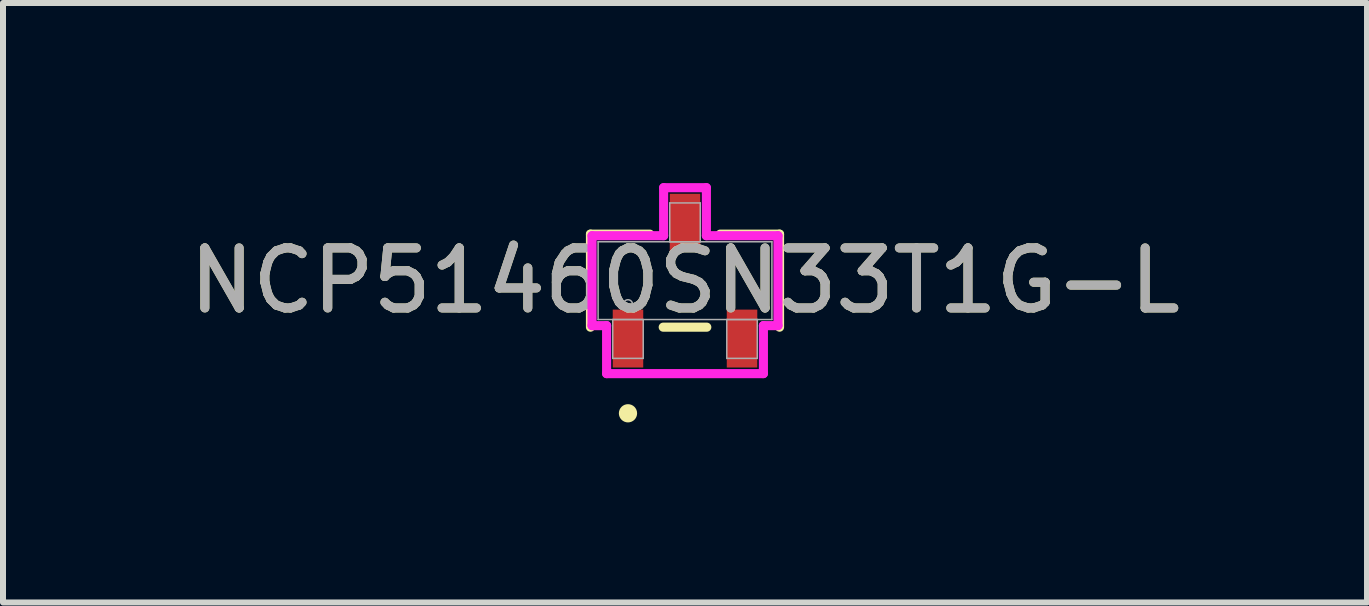
<source format=kicad_pcb>
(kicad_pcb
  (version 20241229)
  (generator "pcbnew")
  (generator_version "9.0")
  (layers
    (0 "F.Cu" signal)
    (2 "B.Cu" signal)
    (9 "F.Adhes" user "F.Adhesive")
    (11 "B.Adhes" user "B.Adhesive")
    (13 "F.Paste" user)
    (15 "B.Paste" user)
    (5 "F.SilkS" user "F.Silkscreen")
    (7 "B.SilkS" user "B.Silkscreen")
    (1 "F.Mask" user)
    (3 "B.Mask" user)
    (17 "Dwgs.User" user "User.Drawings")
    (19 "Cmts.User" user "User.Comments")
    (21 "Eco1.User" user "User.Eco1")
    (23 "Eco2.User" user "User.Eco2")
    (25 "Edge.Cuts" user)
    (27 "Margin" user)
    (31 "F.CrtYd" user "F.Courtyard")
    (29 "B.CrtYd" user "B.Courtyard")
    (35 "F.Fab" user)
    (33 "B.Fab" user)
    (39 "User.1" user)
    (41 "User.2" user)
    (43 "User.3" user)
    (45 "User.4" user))
  (footprint "NCP51460SN33T1G-L"
    (layer "F.Cu")
    (at 8.363 1.626)
    (property "Reference" "NCP51460SN33T1G-L" (at 0 0 0) (unlocked yes) (layer "F.SilkS") (effects (font (size 1 1) (thickness 0.15))))
    (attr smd)
    (fp_line (start -1.575 -0.775) (end -1.575 0.775) (stroke (width 0.152) (type solid)) (layer "F.SilkS"))
    (fp_line (start -0.587 -0.775) (end -1.575 -0.775) (stroke (width 0.152) (type solid)) (layer "F.SilkS"))
    (fp_line (start -0.363 0.775) (end 0.363 0.775) (stroke (width 0.152) (type solid)) (layer "F.SilkS"))
    (fp_line (start 1.575 -0.775) (end 0.587 -0.775) (stroke (width 0.152) (type solid)) (layer "F.SilkS"))
    (fp_line (start 1.575 0.775) (end 1.575 -0.775) (stroke (width 0.152) (type solid)) (layer "F.SilkS"))
    (fp_circle (center -0.95 2.21) (end -0.874 2.21) (stroke (width 0.152) (type solid)) (fill no) (layer "F.SilkS"))
    (fp_line (start -1.549 -0.749) (end -0.356 -0.749) (stroke (width 0.152) (type solid)) (layer "F.CrtYd"))
    (fp_line (start -1.549 0.749) (end -1.549 -0.749) (stroke (width 0.152) (type solid)) (layer "F.CrtYd"))
    (fp_line (start -1.549 0.749) (end -1.306 0.749) (stroke (width 0.152) (type solid)) (layer "F.CrtYd"))
    (fp_line (start -1.306 0.749) (end -1.306 1.549) (stroke (width 0.152) (type solid)) (layer "F.CrtYd"))
    (fp_line (start -1.306 1.549) (end 1.306 1.549) (stroke (width 0.152) (type solid)) (layer "F.CrtYd"))
    (fp_line (start -0.356 -1.549) (end 0.356 -1.549) (stroke (width 0.152) (type solid)) (layer "F.CrtYd"))
    (fp_line (start -0.356 -0.749) (end -0.356 -1.549) (stroke (width 0.152) (type solid)) (layer "F.CrtYd"))
    (fp_line (start 0.356 -0.749) (end 0.356 -1.549) (stroke (width 0.152) (type solid)) (layer "F.CrtYd"))
    (fp_line (start 1.306 0.749) (end 1.306 1.549) (stroke (width 0.152) (type solid)) (layer "F.CrtYd"))
    (fp_line (start 1.549 -0.749) (end 0.356 -0.749) (stroke (width 0.152) (type solid)) (layer "F.CrtYd"))
    (fp_line (start 1.549 -0.749) (end 1.549 0.749) (stroke (width 0.152) (type solid)) (layer "F.CrtYd"))
    (fp_line (start 1.549 0.749) (end 1.306 0.749) (stroke (width 0.152) (type solid)) (layer "F.CrtYd"))
    (fp_line (start -1.448 -0.648) (end -1.448 0.648) (stroke (width 0.025) (type solid)) (layer "F.Fab"))
    (fp_line (start -1.448 0.648) (end 1.448 0.648) (stroke (width 0.025) (type solid)) (layer "F.Fab"))
    (fp_line (start -1.204 0.648) (end -1.204 1.295) (stroke (width 0.025) (type solid)) (layer "F.Fab"))
    (fp_line (start -1.204 1.295) (end -0.696 1.295) (stroke (width 0.025) (type solid)) (layer "F.Fab"))
    (fp_line (start -0.696 0.648) (end -1.204 0.648) (stroke (width 0.025) (type solid)) (layer "F.Fab"))
    (fp_line (start -0.696 1.295) (end -0.696 0.648) (stroke (width 0.025) (type solid)) (layer "F.Fab"))
    (fp_line (start -0.254 -1.295) (end -0.254 -0.648) (stroke (width 0.025) (type solid)) (layer "F.Fab"))
    (fp_line (start -0.254 -0.648) (end 0.254 -0.648) (stroke (width 0.025) (type solid)) (layer "F.Fab"))
    (fp_line (start 0.254 -1.295) (end -0.254 -1.295) (stroke (width 0.025) (type solid)) (layer "F.Fab"))
    (fp_line (start 0.254 -0.648) (end 0.254 -1.295) (stroke (width 0.025) (type solid)) (layer "F.Fab"))
    (fp_line (start 0.696 0.648) (end 0.696 1.295) (stroke (width 0.025) (type solid)) (layer "F.Fab"))
    (fp_line (start 0.696 1.295) (end 1.204 1.295) (stroke (width 0.025) (type solid)) (layer "F.Fab"))
    (fp_line (start 1.204 0.648) (end 0.696 0.648) (stroke (width 0.025) (type solid)) (layer "F.Fab"))
    (fp_line (start 1.204 1.295) (end 1.204 0.648) (stroke (width 0.025) (type solid)) (layer "F.Fab"))
    (fp_line (start 1.448 -0.648) (end -1.448 -0.648) (stroke (width 0.025) (type solid)) (layer "F.Fab"))
    (fp_line (start 1.448 0.648) (end 1.448 -0.648) (stroke (width 0.025) (type solid)) (layer "F.Fab"))
    (fp_circle (center -0.95 0.394) (end -0.874 0.394) (stroke (width 0.025) (type solid)) (fill no) (layer "F.Fab"))
    (fp_text user "${REFERENCE}" (at 0 0 0) (unlocked yes) (layer "F.Fab") (effects (font (size 1 1) (thickness 0.15))))
    (pad "1" smd rect (at -0.95 0.965) (size 0.508 0.965) (layers "F.Cu" "F.Mask" "F.Paste"))
    (pad "2" smd rect (at 0.95 0.965) (size 0.508 0.965) (layers "F.Cu" "F.Mask" "F.Paste"))
    (pad "3" smd rect (at 0 -0.965) (size 0.508 0.965) (layers "F.Cu" "F.Mask" "F.Paste")))
  (gr_rect
    (start -3 -3)
    (end 19.726 6.988)
    (stroke (width 0.1) (type default))
    (fill no)
    (layer "Edge.Cuts")))
</source>
